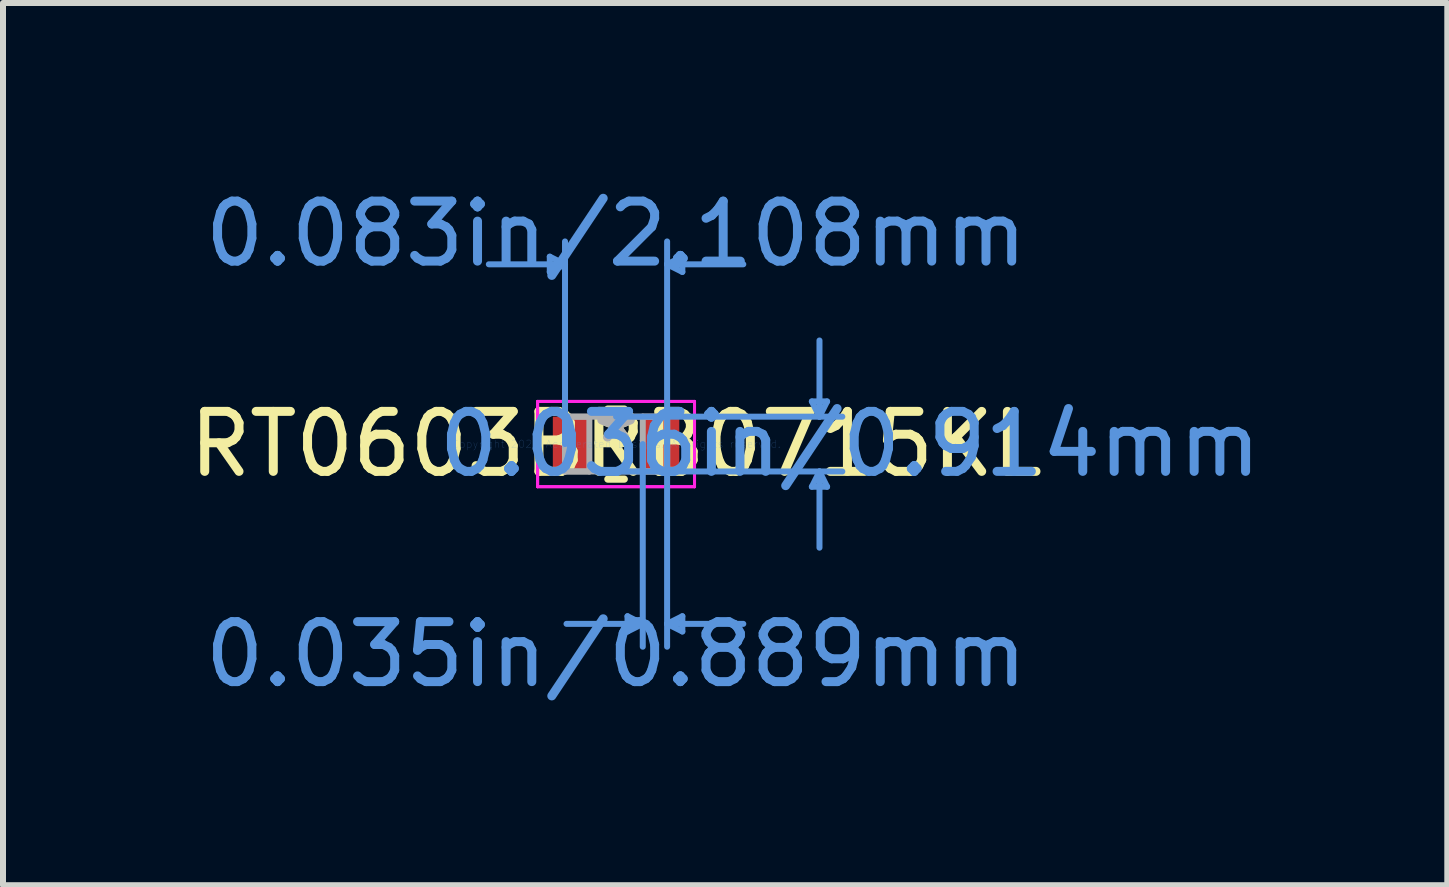
<source format=kicad_pcb>
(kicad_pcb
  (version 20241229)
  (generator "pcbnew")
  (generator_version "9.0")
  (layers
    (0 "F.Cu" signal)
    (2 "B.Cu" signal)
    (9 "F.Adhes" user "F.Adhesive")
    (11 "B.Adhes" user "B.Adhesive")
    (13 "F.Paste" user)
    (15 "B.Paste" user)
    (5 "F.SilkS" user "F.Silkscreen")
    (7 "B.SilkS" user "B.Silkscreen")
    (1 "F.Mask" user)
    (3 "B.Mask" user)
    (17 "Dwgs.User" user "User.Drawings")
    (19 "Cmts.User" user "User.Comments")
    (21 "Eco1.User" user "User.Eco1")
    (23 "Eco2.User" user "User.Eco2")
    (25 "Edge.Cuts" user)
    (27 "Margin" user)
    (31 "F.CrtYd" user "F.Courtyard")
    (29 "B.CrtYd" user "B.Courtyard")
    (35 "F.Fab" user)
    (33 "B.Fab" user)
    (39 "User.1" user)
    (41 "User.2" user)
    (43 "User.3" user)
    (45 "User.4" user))
  (footprint "RT0603BRB0715KL"
    (layer "F.Cu")
    (at 7.22 4.353)
    (property "Reference" "RT0603BRB0715KL" (at 0 0 0) (layer "F.SilkS") (effects (font (size 1 1) (thickness 0.15))))
    (attr through_hole)
    (fp_line (start -0.137 0.584) (end 0.137 0.584) (stroke (width 0.12) (type solid)) (layer "F.SilkS"))
    (fp_line (start 0.137 -0.584) (end -0.137 -0.584) (stroke (width 0.12) (type solid)) (layer "F.SilkS"))
    (fp_line (start -1.105 -3.124) (end -1.105 -2.87) (stroke (width 0.1) (type solid)) (layer "Cmts.User"))
    (fp_line (start -0.851 -2.997) (end -2.121 -2.997) (stroke (width 0.1) (type solid)) (layer "Cmts.User"))
    (fp_line (start -0.851 -2.997) (end -1.105 -3.124) (stroke (width 0.1) (type solid)) (layer "Cmts.User"))
    (fp_line (start -0.851 -2.997) (end -1.105 -2.87) (stroke (width 0.1) (type solid)) (layer "Cmts.User"))
    (fp_line (start -0.851 0) (end -0.851 -3.378) (stroke (width 0.1) (type solid)) (layer "Cmts.User"))
    (fp_line (start 0 -0.457) (end 3.772 -0.457) (stroke (width 0.1) (type solid)) (layer "Cmts.User"))
    (fp_line (start 0 0.457) (end 3.772 0.457) (stroke (width 0.1) (type solid)) (layer "Cmts.User"))
    (fp_line (start 0.191 2.87) (end 0.191 3.124) (stroke (width 0.1) (type solid)) (layer "Cmts.User"))
    (fp_line (start 0.445 0) (end 0.445 3.378) (stroke (width 0.1) (type solid)) (layer "Cmts.User"))
    (fp_line (start 0.445 2.997) (end -0.826 2.997) (stroke (width 0.1) (type solid)) (layer "Cmts.User"))
    (fp_line (start 0.445 2.997) (end 0.191 2.87) (stroke (width 0.1) (type solid)) (layer "Cmts.User"))
    (fp_line (start 0.445 2.997) (end 0.191 3.124) (stroke (width 0.1) (type solid)) (layer "Cmts.User"))
    (fp_line (start 0.851 -2.997) (end 1.105 -3.124) (stroke (width 0.1) (type solid)) (layer "Cmts.User"))
    (fp_line (start 0.851 -2.997) (end 1.105 -2.87) (stroke (width 0.1) (type solid)) (layer "Cmts.User"))
    (fp_line (start 0.851 -2.997) (end 2.121 -2.997) (stroke (width 0.1) (type solid)) (layer "Cmts.User"))
    (fp_line (start 0.851 0) (end 0.851 -3.378) (stroke (width 0.1) (type solid)) (layer "Cmts.User"))
    (fp_line (start 0.851 0) (end 0.851 3.378) (stroke (width 0.1) (type solid)) (layer "Cmts.User"))
    (fp_line (start 0.851 2.997) (end 1.105 2.87) (stroke (width 0.1) (type solid)) (layer "Cmts.User"))
    (fp_line (start 0.851 2.997) (end 1.105 3.124) (stroke (width 0.1) (type solid)) (layer "Cmts.User"))
    (fp_line (start 0.851 2.997) (end 2.121 2.997) (stroke (width 0.1) (type solid)) (layer "Cmts.User"))
    (fp_line (start 1.105 -3.124) (end 1.105 -2.87) (stroke (width 0.1) (type solid)) (layer "Cmts.User"))
    (fp_line (start 1.105 2.87) (end 1.105 3.124) (stroke (width 0.1) (type solid)) (layer "Cmts.User"))
    (fp_line (start 3.264 -0.711) (end 3.518 -0.711) (stroke (width 0.1) (type solid)) (layer "Cmts.User"))
    (fp_line (start 3.264 0.711) (end 3.518 0.711) (stroke (width 0.1) (type solid)) (layer "Cmts.User"))
    (fp_line (start 3.391 -0.457) (end 3.264 -0.711) (stroke (width 0.1) (type solid)) (layer "Cmts.User"))
    (fp_line (start 3.391 -0.457) (end 3.391 -1.727) (stroke (width 0.1) (type solid)) (layer "Cmts.User"))
    (fp_line (start 3.391 -0.457) (end 3.518 -0.711) (stroke (width 0.1) (type solid)) (layer "Cmts.User"))
    (fp_line (start 3.391 0.457) (end 3.264 0.711) (stroke (width 0.1) (type solid)) (layer "Cmts.User"))
    (fp_line (start 3.391 0.457) (end 3.391 1.727) (stroke (width 0.1) (type solid)) (layer "Cmts.User"))
    (fp_line (start 3.391 0.457) (end 3.518 0.711) (stroke (width 0.1) (type solid)) (layer "Cmts.User"))
    (fp_line (start -1.308 -0.711) (end 1.308 -0.711) (stroke (width 0.05) (type solid)) (layer "F.CrtYd"))
    (fp_line (start -1.308 -0.711) (end 1.308 -0.711) (stroke (width 0.05) (type solid)) (layer "F.CrtYd"))
    (fp_line (start -1.308 0.711) (end -1.308 -0.711) (stroke (width 0.05) (type solid)) (layer "F.CrtYd"))
    (fp_line (start -1.308 0.711) (end -1.308 -0.711) (stroke (width 0.05) (type solid)) (layer "F.CrtYd"))
    (fp_line (start 1.308 -0.711) (end 1.308 0.711) (stroke (width 0.05) (type solid)) (layer "F.CrtYd"))
    (fp_line (start 1.308 -0.711) (end 1.308 0.711) (stroke (width 0.05) (type solid)) (layer "F.CrtYd"))
    (fp_line (start 1.308 0.711) (end -1.308 0.711) (stroke (width 0.05) (type solid)) (layer "F.CrtYd"))
    (fp_line (start 1.308 0.711) (end -1.308 0.711) (stroke (width 0.05) (type solid)) (layer "F.CrtYd"))
    (fp_line (start -0.851 -0.457) (end -0.851 0.457) (stroke (width 0.1) (type solid)) (layer "F.Fab"))
    (fp_line (start -0.851 -0.457) (end -0.851 0.457) (stroke (width 0.1) (type solid)) (layer "F.Fab"))
    (fp_line (start -0.851 0.457) (end -0.445 0.457) (stroke (width 0.1) (type solid)) (layer "F.Fab"))
    (fp_line (start -0.851 0.457) (end 0.851 0.457) (stroke (width 0.1) (type solid)) (layer "F.Fab"))
    (fp_line (start -0.445 -0.457) (end -0.851 -0.457) (stroke (width 0.1) (type solid)) (layer "F.Fab"))
    (fp_line (start -0.445 0.457) (end -0.445 -0.457) (stroke (width 0.1) (type solid)) (layer "F.Fab"))
    (fp_line (start 0.445 -0.457) (end 0.445 0.457) (stroke (width 0.1) (type solid)) (layer "F.Fab"))
    (fp_line (start 0.445 0.457) (end 0.851 0.457) (stroke (width 0.1) (type solid)) (layer "F.Fab"))
    (fp_line (start 0.851 -0.457) (end -0.851 -0.457) (stroke (width 0.1) (type solid)) (layer "F.Fab"))
    (fp_line (start 0.851 -0.457) (end 0.445 -0.457) (stroke (width 0.1) (type solid)) (layer "F.Fab"))
    (fp_line (start 0.851 0.457) (end 0.851 -0.457) (stroke (width 0.1) (type solid)) (layer "F.Fab"))
    (fp_line (start 0.851 0.457) (end 0.851 -0.457) (stroke (width 0.1) (type solid)) (layer "F.Fab"))
    (fp_text user "*" (at 0 0 0) (layer "F.SilkS") (effects (font (size 1 1) (thickness 0.15))))
    (fp_text user "0.083in/2.108mm" (at 0 -3.505 0) (layer "Cmts.User") (effects (font (size 1 1) (thickness 0.15))))
    (fp_text user "0.035in/0.889mm" (at 0 3.505 0) (layer "Cmts.User") (effects (font (size 1 1) (thickness 0.15))))
    (fp_text user "Copyright 2021 Accelerated Designs. All rights reserved." (at 0 0 0) (layer "Cmts.User") (effects (font (size 0.127 0.127) (thickness 0.002))))
    (fp_text user "0.036in/0.914mm" (at 3.899 0 0) (layer "Cmts.User") (effects (font (size 1 1) (thickness 0.15))))
    (fp_text user "*" (at 0 0 0) (layer "F.Fab") (effects (font (size 1 1) (thickness 0.15))))
    (pad "1" smd rect (at -0.749 0) (size 0.61 0.914) (layers "F.Cu" "F.Mask" "F.Paste"))
    (pad "2" smd rect (at 0.749 0) (size 0.61 0.914) (layers "F.Cu" "F.Mask" "F.Paste")))
  (gr_rect
    (start -3 -3)
    (end 21.077 11.707)
    (stroke (width 0.1) (type default))
    (fill no)
    (layer "Edge.Cuts")))
</source>
